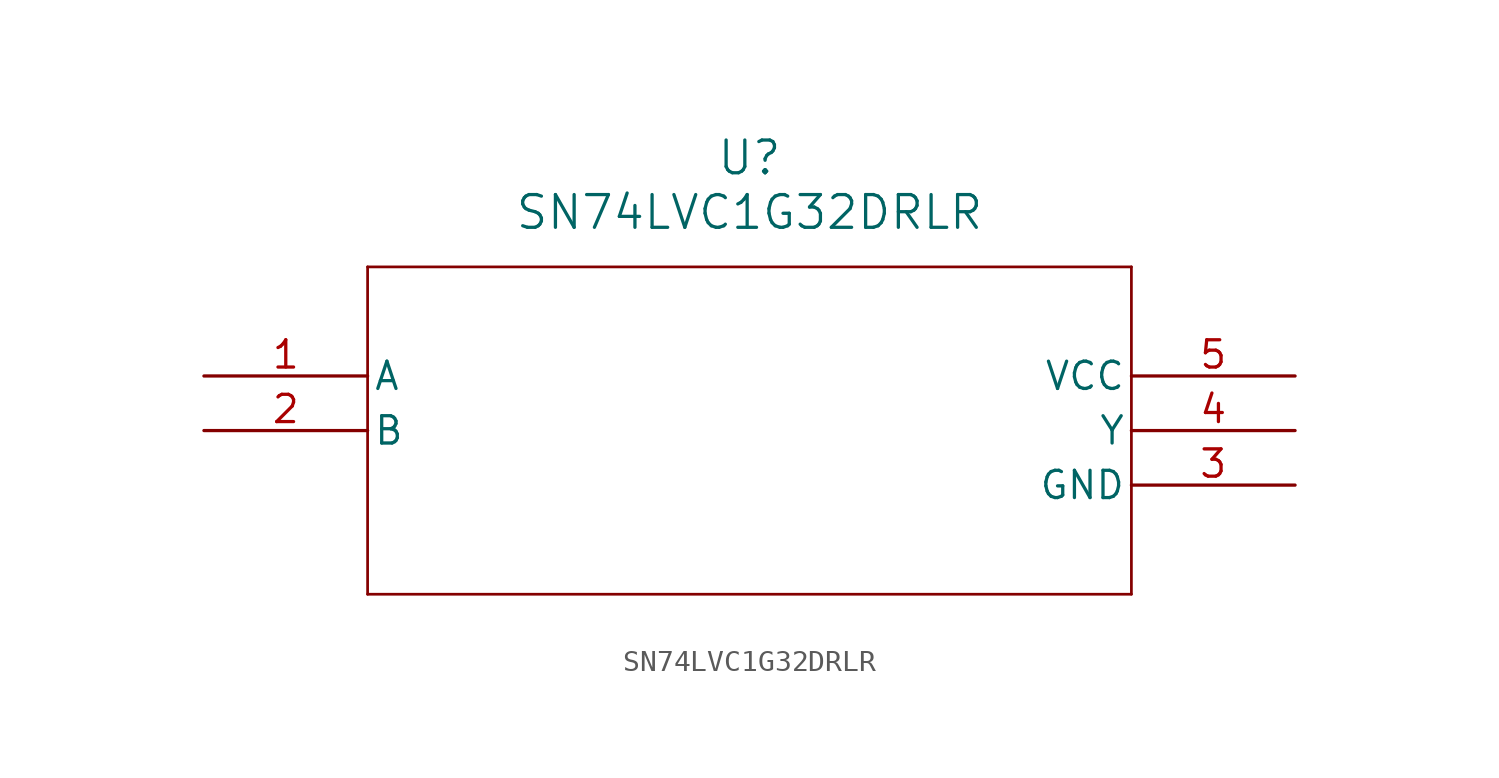
<source format=kicad_sym>
(kicad_symbol_lib
  (version 20211014)
  (generator kicad_symbol_editor)
  (symbol "SN74LVC1G32DRLR"
    (pin_names
      (offset 0.254))
    (property "Reference" "U"
      (at 25.4 10.16 0)
      (effects (font (size 1.524 1.524))))
    (property "Value" "SN74LVC1G32DRLR"
      (at 25.4 7.62 0)
      (effects (font (size 1.524 1.524))))
    (symbol "SN74LVC1G32DRLR_0_1"
      (polyline (pts (xy 7.62 5.08) (xy 7.62 -10.16)) (stroke (width 0.127) (type default) (color 0 0 0 0)) (fill (type none)))
      (polyline (pts (xy 7.62 -10.16) (xy 43.18 -10.16)) (stroke (width 0.127) (type default) (color 0 0 0 0)) (fill (type none)))
      (polyline (pts (xy 43.18 -10.16) (xy 43.18 5.08)) (stroke (width 0.127) (type default) (color 0 0 0 0)) (fill (type none)))
      (polyline (pts (xy 43.18 5.08) (xy 7.62 5.08)) (stroke (width 0.127) (type default) (color 0 0 0 0)) (fill (type none)))
      (pin input line (at 0 0 0) (length 7.62) (name "A" (effects (font (size 1.27 1.27)))) (number "1" (effects (font (size 1.27 1.27)))))
      (pin input line (at 0 -2.54 0) (length 7.62) (name "B" (effects (font (size 1.27 1.27)))) (number "2" (effects (font (size 1.27 1.27)))))
      (pin power_in line (at 50.8 -5.08 180) (length 7.62) (name "GND" (effects (font (size 1.27 1.27)))) (number "3" (effects (font (size 1.27 1.27)))))
      (pin output line (at 50.8 -2.54 180) (length 7.62) (name "Y" (effects (font (size 1.27 1.27)))) (number "4" (effects (font (size 1.27 1.27)))))
      (pin power_in line (at 50.8 0 180) (length 7.62) (name "VCC" (effects (font (size 1.27 1.27)))) (number "5" (effects (font (size 1.27 1.27))))))))
</source>
